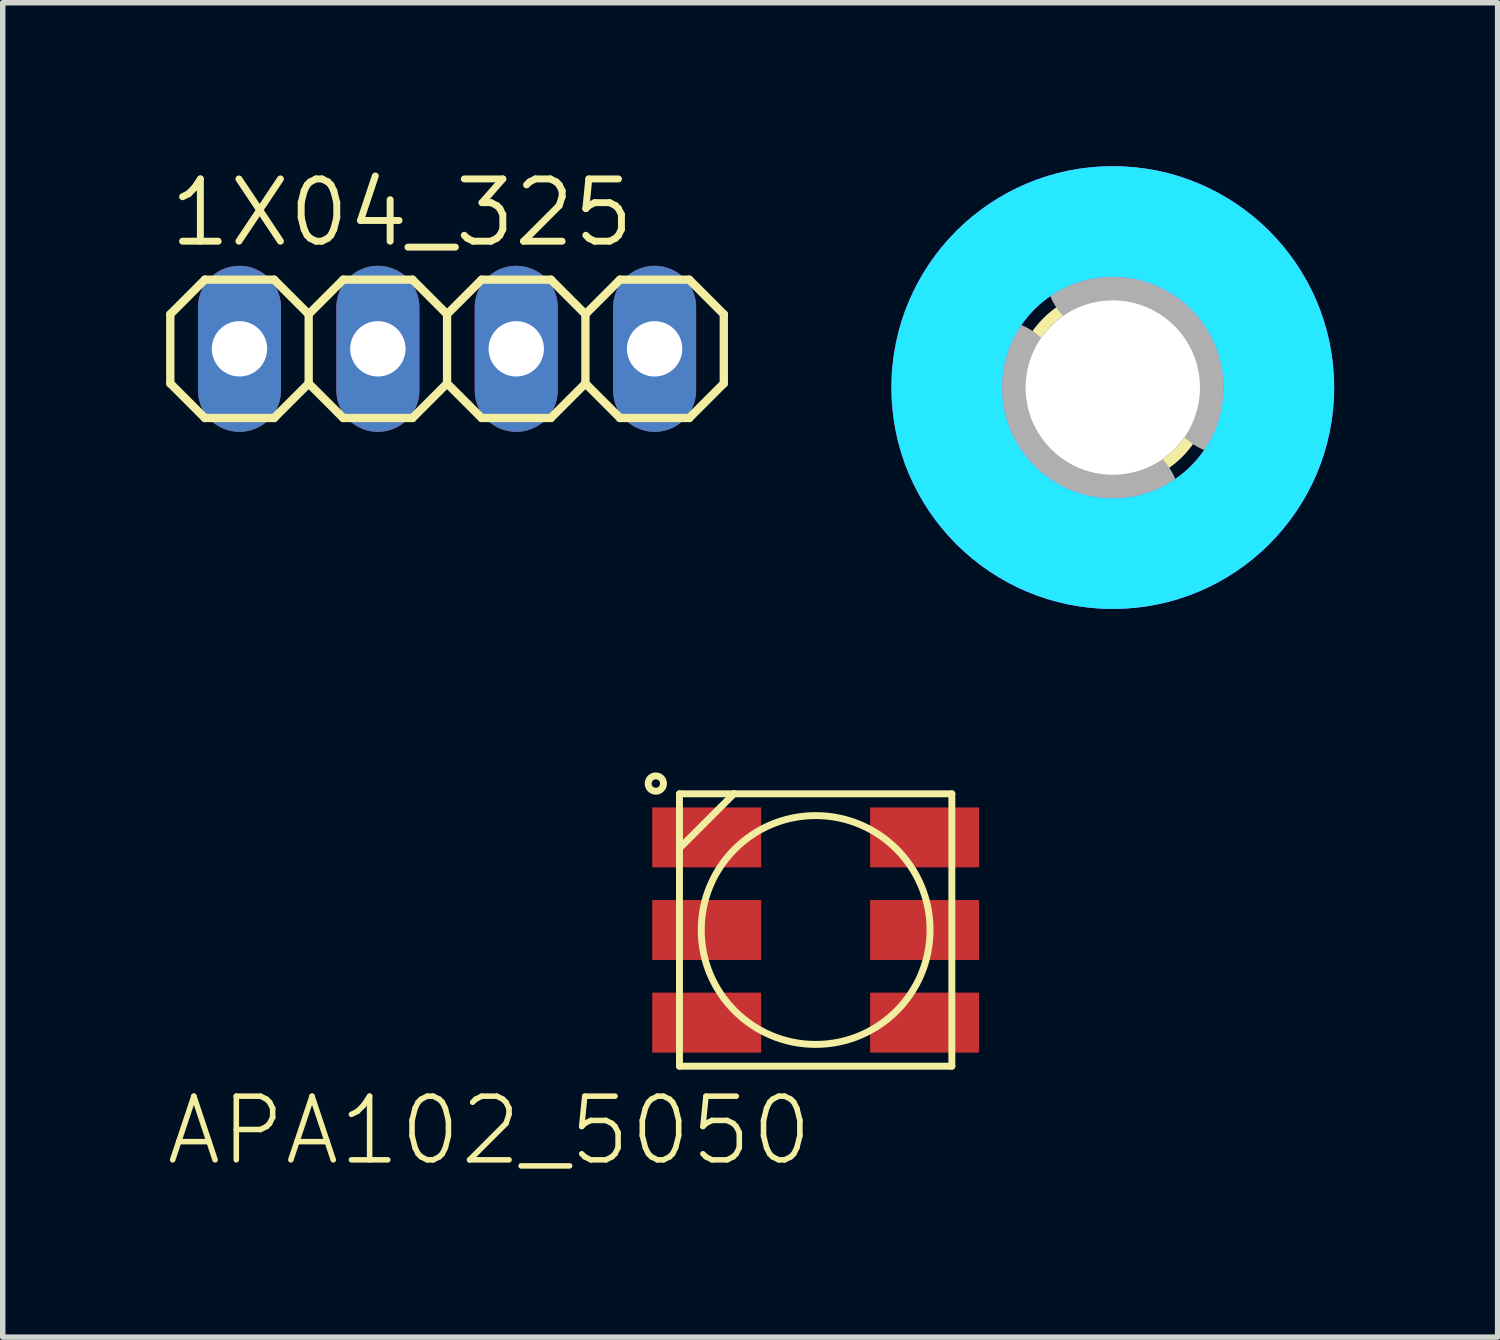
<source format=kicad_pcb>
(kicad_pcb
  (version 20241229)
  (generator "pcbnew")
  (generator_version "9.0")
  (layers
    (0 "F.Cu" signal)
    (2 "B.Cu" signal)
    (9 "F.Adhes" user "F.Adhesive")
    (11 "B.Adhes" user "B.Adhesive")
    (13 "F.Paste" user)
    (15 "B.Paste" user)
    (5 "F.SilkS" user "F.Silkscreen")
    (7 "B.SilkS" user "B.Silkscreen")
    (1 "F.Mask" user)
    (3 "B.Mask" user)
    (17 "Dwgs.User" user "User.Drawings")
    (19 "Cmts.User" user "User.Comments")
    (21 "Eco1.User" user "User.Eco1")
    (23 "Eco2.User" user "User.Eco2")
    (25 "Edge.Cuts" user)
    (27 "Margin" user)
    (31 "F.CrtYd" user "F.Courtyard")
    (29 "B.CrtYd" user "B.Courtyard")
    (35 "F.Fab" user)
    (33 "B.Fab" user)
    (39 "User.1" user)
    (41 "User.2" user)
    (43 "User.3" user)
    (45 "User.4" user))
  (footprint "APA102_5050"
    (layer "F.Cu")
    (at 11.922 14.021)
    (property "Reference" "APA102_5050" (at 0 3 0) (unlocked yes) (layer "F.SilkS") (effects (font (size 1.168 1.168) (thickness 0.102)) (justify right top)))
    (fp_line (start -2.5 -2.5) (end -1.5 -2.5) (stroke (width 0.127) (type solid)) (layer "F.SilkS"))
    (fp_line (start -2.5 -1.5) (end -2.5 -2.5) (stroke (width 0.127) (type solid)) (layer "F.SilkS"))
    (fp_line (start -2.5 2.5) (end -2.5 -1.5) (stroke (width 0.127) (type solid)) (layer "F.SilkS"))
    (fp_line (start -1.5 -2.5) (end -2.5 -1.5) (stroke (width 0.127) (type solid)) (layer "F.SilkS"))
    (fp_line (start -1.5 -2.5) (end 2.5 -2.5) (stroke (width 0.127) (type solid)) (layer "F.SilkS"))
    (fp_line (start 2.5 -2.5) (end 2.5 2.5) (stroke (width 0.127) (type solid)) (layer "F.SilkS"))
    (fp_line (start 2.5 2.5) (end -2.5 2.5) (stroke (width 0.127) (type solid)) (layer "F.SilkS"))
    (fp_circle (center -2.934 -2.688) (end -2.793 -2.688) (stroke (width 0.127) (type solid)) (fill no) (layer "F.SilkS"))
    (fp_circle (center 0 0) (end 2.1 0) (stroke (width 0.127) (type solid)) (fill no) (layer "F.SilkS"))
    (pad "1" smd rect (at 2 1.7 180) (size 2 1.1) (layers "F.Cu" "F.Mask" "F.Paste"))
    (pad "2" smd rect (at 2 0 180) (size 2 1.1) (layers "F.Cu" "F.Mask" "F.Paste"))
    (pad "3" smd rect (at 2 -1.7 180) (size 2 1.1) (layers "F.Cu" "F.Mask" "F.Paste"))
    (pad "4" smd rect (at -2 -1.7 180) (size 2 1.1) (layers "F.Cu" "F.Mask" "F.Paste"))
    (pad "5" smd rect (at -2 0 180) (size 2 1.1) (layers "F.Cu" "F.Mask" "F.Paste"))
    (pad "6" smd rect (at -2 1.7 180) (size 2 1.1) (layers "F.Cu" "F.Mask" "F.Paste")))
  (footprint "1X04_325"
    (layer "F.Cu")
    (at 5.156 3.353)
    (property "Reference" "1X04_325" (at -5.156 -1.829 0) (unlocked yes) (layer "F.SilkS") (effects (font (size 1.143 1.143) (thickness 0.127)) (justify left bottom)))
    (fp_line (start -5.08 -0.635) (end -5.08 0.635) (stroke (width 0.152) (type solid)) (layer "F.SilkS"))
    (fp_line (start -5.08 0.635) (end -4.445 1.27) (stroke (width 0.152) (type solid)) (layer "F.SilkS"))
    (fp_line (start -4.445 -1.27) (end -5.08 -0.635) (stroke (width 0.152) (type solid)) (layer "F.SilkS"))
    (fp_line (start -4.445 -1.27) (end -3.175 -1.27) (stroke (width 0.152) (type solid)) (layer "F.SilkS"))
    (fp_line (start -3.175 -1.27) (end -2.54 -0.635) (stroke (width 0.152) (type solid)) (layer "F.SilkS"))
    (fp_line (start -3.175 1.27) (end -4.445 1.27) (stroke (width 0.152) (type solid)) (layer "F.SilkS"))
    (fp_line (start -2.54 -0.635) (end -2.54 0.635) (stroke (width 0.152) (type solid)) (layer "F.SilkS"))
    (fp_line (start -2.54 -0.635) (end -1.905 -1.27) (stroke (width 0.152) (type solid)) (layer "F.SilkS"))
    (fp_line (start -2.54 0.635) (end -3.175 1.27) (stroke (width 0.152) (type solid)) (layer "F.SilkS"))
    (fp_line (start -1.905 -1.27) (end -0.635 -1.27) (stroke (width 0.152) (type solid)) (layer "F.SilkS"))
    (fp_line (start -1.905 1.27) (end -2.54 0.635) (stroke (width 0.152) (type solid)) (layer "F.SilkS"))
    (fp_line (start -0.635 -1.27) (end 0 -0.635) (stroke (width 0.152) (type solid)) (layer "F.SilkS"))
    (fp_line (start -0.635 1.27) (end -1.905 1.27) (stroke (width 0.152) (type solid)) (layer "F.SilkS"))
    (fp_line (start 0 -0.635) (end 0 0.635) (stroke (width 0.152) (type solid)) (layer "F.SilkS"))
    (fp_line (start 0 -0.635) (end 0.635 -1.27) (stroke (width 0.152) (type solid)) (layer "F.SilkS"))
    (fp_line (start 0 0.635) (end -0.635 1.27) (stroke (width 0.152) (type solid)) (layer "F.SilkS"))
    (fp_line (start 0.635 -1.27) (end 1.905 -1.27) (stroke (width 0.152) (type solid)) (layer "F.SilkS"))
    (fp_line (start 0.635 1.27) (end 0 0.635) (stroke (width 0.152) (type solid)) (layer "F.SilkS"))
    (fp_line (start 1.905 -1.27) (end 2.54 -0.635) (stroke (width 0.152) (type solid)) (layer "F.SilkS"))
    (fp_line (start 1.905 1.27) (end 0.635 1.27) (stroke (width 0.152) (type solid)) (layer "F.SilkS"))
    (fp_line (start 2.54 -0.635) (end 2.54 0.635) (stroke (width 0.152) (type solid)) (layer "F.SilkS"))
    (fp_line (start 2.54 0.635) (end 1.905 1.27) (stroke (width 0.152) (type solid)) (layer "F.SilkS"))
    (fp_line (start 2.54 0.635) (end 3.175 1.27) (stroke (width 0.152) (type solid)) (layer "F.SilkS"))
    (fp_line (start 3.175 -1.27) (end 2.54 -0.635) (stroke (width 0.152) (type solid)) (layer "F.SilkS"))
    (fp_line (start 3.175 -1.27) (end 4.445 -1.27) (stroke (width 0.152) (type solid)) (layer "F.SilkS"))
    (fp_line (start 4.445 -1.27) (end 5.08 -0.635) (stroke (width 0.152) (type solid)) (layer "F.SilkS"))
    (fp_line (start 4.445 1.27) (end 3.175 1.27) (stroke (width 0.152) (type solid)) (layer "F.SilkS"))
    (fp_line (start 5.08 -0.635) (end 5.08 0.635) (stroke (width 0.152) (type solid)) (layer "F.SilkS"))
    (fp_line (start 5.08 0.635) (end 4.445 1.27) (stroke (width 0.152) (type solid)) (layer "F.SilkS"))
    (fp_poly (pts (xy -4.064 0.254) (xy -3.556 0.254) (xy -3.556 -0.254) (xy -4.064 -0.254)) (stroke (width 0.1) (type default)) (fill no) (layer "F.Fab"))
    (fp_poly (pts (xy -1.524 0.254) (xy -1.016 0.254) (xy -1.016 -0.254) (xy -1.524 -0.254)) (stroke (width 0.1) (type default)) (fill no) (layer "F.Fab"))
    (fp_poly (pts (xy 1.016 0.254) (xy 1.524 0.254) (xy 1.524 -0.254) (xy 1.016 -0.254)) (stroke (width 0.1) (type default)) (fill no) (layer "F.Fab"))
    (fp_poly (pts (xy 3.556 0.254) (xy 4.064 0.254) (xy 4.064 -0.254) (xy 3.556 -0.254)) (stroke (width 0.1) (type default)) (fill no) (layer "F.Fab"))
    (pad "1" thru_hole oval (at -3.81 0 90) (size 3.048 1.524) (drill 1.016) (layers "*.Cu" "*.Mask"))
    (pad "2" thru_hole oval (at -1.27 0 90) (size 3.048 1.524) (drill 1.016) (layers "*.Cu" "*.Mask"))
    (pad "3" thru_hole oval (at 1.27 0 90) (size 3.048 1.524) (drill 1.016) (layers "*.Cu" "*.Mask"))
    (pad "4" thru_hole oval (at 3.81 0 90) (size 3.048 1.524) (drill 1.016) (layers "*.Cu" "*.Mask")))
  (footprint "3,2_237"
    (layer "F.Cu")
    (at 17.376 4.064)
    (property "Reference" "3,2_237" (at 0 0 0) (layer "F.SilkS") (effects (font (size 1.27 1.27) (thickness 0.15))))
    (fp_circle (center 0 0) (end 1.7 0) (stroke (width 0.203) (type solid)) (fill no) (layer "F.SilkS"))
    (fp_circle (center 0 0) (end 3.429 0) (stroke (width 0.152) (type solid)) (fill no) (layer "F.SilkS"))
    (fp_circle (center 0 0) (end 3.048 0) (stroke (width 2.032) (type solid)) (fill no) (layer "B.CrtYd"))
    (fp_circle (center 0 0) (end 3.048 0) (stroke (width 2.032) (type solid)) (fill no) (layer "F.CrtYd"))
    (fp_arc (start 0 -2.159) (mid 1.526644 -1.526644) (end 2.159 0) (stroke (width 2.4892) (type solid)) (layer "F.Fab"))
    (fp_arc (start 0 2.159) (mid -1.526644 1.526644) (end -2.159 0) (stroke (width 2.4892) (type solid)) (layer "F.Fab"))
    (fp_circle (center 0 0) (end 0.762 0) (stroke (width 0.457) (type solid)) (fill no) (layer "F.Fab"))
    (pad "" np_thru_hole circle (at 0 0) (size 3.2 3.2) (drill 3.2) (layers "*.Cu" "*.Mask"))
    (zone (net_name "") (layer "F.Cu") (hatch edge 0.5) (connect_pads) (min_thickness 0.25) (filled_areas_thickness no) (keepout (tracks not_allowed) (vias not_allowed) (pads not_allowed) (copperpour not_allowed) (footprints allowed)) (placement (enabled no)) (fill) (polygon (pts (xy 21.44 4.064) (xy 21.42 3.659) (xy 21.36 3.259) (xy 21.26 2.866) (xy 21.121 2.485) (xy 20.945 2.12) (xy 20.734 1.775) (xy 20.49 1.452) (xy 20.214 1.155) (xy 19.91 0.887) (xy 19.581 0.65) (xy 19.23 0.448) (xy 18.861 0.281) (xy 18.477 0.152) (xy 18.082 0.062) (xy 17.68 0.011) (xy 17.275 0.001) (xy 16.871 0.032) (xy 16.472 0.102) (xy 16.082 0.212) (xy 15.705 0.36) (xy 15.344 0.544) (xy 15.004 0.764) (xy 14.687 1.017) (xy 14.397 1.3) (xy 14.137 1.61) (xy 13.909 1.945) (xy 13.715 2.301) (xy 13.557 2.674) (xy 13.438 3.061) (xy 13.358 3.458) (xy 13.317 3.861) (xy 13.317 4.267) (xy 13.358 4.67) (xy 13.438 5.067) (xy 13.557 5.454) (xy 13.715 5.827) (xy 13.909 6.183) (xy 14.137 6.518) (xy 14.397 6.828) (xy 14.687 7.111) (xy 15.004 7.364) (xy 15.344 7.584) (xy 15.705 7.768) (xy 16.082 7.916) (xy 16.472 8.026) (xy 16.871 8.096) (xy 17.275 8.127) (xy 17.68 8.117) (xy 18.082 8.066) (xy 18.477 7.976) (xy 18.861 7.847) (xy 19.23 7.68) (xy 19.581 7.478) (xy 19.91 7.241) (xy 20.214 6.973) (xy 20.49 6.676) (xy 20.734 6.353) (xy 20.945 6.008) (xy 21.121 5.643) (xy 21.26 5.262) (xy 21.36 4.869) (xy 21.42 4.469))) (polygon (pts (xy 19.408 4.064) (xy 19.389 3.781) (xy 19.33 3.504) (xy 19.233 3.238) (xy 19.1 2.987) (xy 18.933 2.758) (xy 18.736 2.554) (xy 18.513 2.379) (xy 18.267 2.238) (xy 18.004 2.131) (xy 17.729 2.063) (xy 17.447 2.033) (xy 17.164 2.043) (xy 16.885 2.092) (xy 16.615 2.18) (xy 16.36 2.304) (xy 16.125 2.463) (xy 15.915 2.652) (xy 15.732 2.87) (xy 15.582 3.11) (xy 15.467 3.369) (xy 15.389 3.642) (xy 15.349 3.922) (xy 15.349 4.206) (xy 15.389 4.486) (xy 15.467 4.759) (xy 15.582 5.018) (xy 15.732 5.258) (xy 15.915 5.476) (xy 16.125 5.665) (xy 16.36 5.824) (xy 16.615 5.948) (xy 16.885 6.036) (xy 17.164 6.085) (xy 17.447 6.095) (xy 17.729 6.065) (xy 18.004 5.997) (xy 18.267 5.89) (xy 18.513 5.749) (xy 18.736 5.574) (xy 18.933 5.37) (xy 19.1 5.141) (xy 19.233 4.89) (xy 19.33 4.624) (xy 19.389 4.347))))
    (zone (net_name "") (layers "F.Cu" "B.Cu") (hatch edge 0.5) (connect_pads) (min_thickness 0.25) (filled_areas_thickness no) (keepout (tracks allowed) (vias not_allowed) (pads allowed) (copperpour allowed) (footprints allowed)) (placement (enabled no)) (fill) (polygon (pts (xy 21.44 4.064) (xy 21.42 3.659) (xy 21.36 3.259) (xy 21.26 2.866) (xy 21.121 2.485) (xy 20.945 2.12) (xy 20.734 1.775) (xy 20.49 1.452) (xy 20.214 1.155) (xy 19.91 0.887) (xy 19.581 0.65) (xy 19.23 0.448) (xy 18.861 0.281) (xy 18.477 0.152) (xy 18.082 0.062) (xy 17.68 0.011) (xy 17.275 0.001) (xy 16.871 0.032) (xy 16.472 0.102) (xy 16.082 0.212) (xy 15.705 0.36) (xy 15.344 0.544) (xy 15.004 0.764) (xy 14.687 1.017) (xy 14.397 1.3) (xy 14.137 1.61) (xy 13.909 1.945) (xy 13.715 2.301) (xy 13.557 2.674) (xy 13.438 3.061) (xy 13.358 3.458) (xy 13.317 3.861) (xy 13.317 4.267) (xy 13.358 4.67) (xy 13.438 5.067) (xy 13.557 5.454) (xy 13.715 5.827) (xy 13.909 6.183) (xy 14.137 6.518) (xy 14.397 6.828) (xy 14.687 7.111) (xy 15.004 7.364) (xy 15.344 7.584) (xy 15.705 7.768) (xy 16.082 7.916) (xy 16.472 8.026) (xy 16.871 8.096) (xy 17.275 8.127) (xy 17.68 8.117) (xy 18.082 8.066) (xy 18.477 7.976) (xy 18.861 7.847) (xy 19.23 7.68) (xy 19.581 7.478) (xy 19.91 7.241) (xy 20.214 6.973) (xy 20.49 6.676) (xy 20.734 6.353) (xy 20.945 6.008) (xy 21.121 5.643) (xy 21.26 5.262) (xy 21.36 4.869) (xy 21.42 4.469))) (polygon (pts (xy 19.408 4.064) (xy 19.389 3.781) (xy 19.33 3.504) (xy 19.233 3.238) (xy 19.1 2.987) (xy 18.933 2.758) (xy 18.736 2.554) (xy 18.513 2.379) (xy 18.267 2.238) (xy 18.004 2.131) (xy 17.729 2.063) (xy 17.447 2.033) (xy 17.164 2.043) (xy 16.885 2.092) (xy 16.615 2.18) (xy 16.36 2.304) (xy 16.125 2.463) (xy 15.915 2.652) (xy 15.732 2.87) (xy 15.582 3.11) (xy 15.467 3.369) (xy 15.389 3.642) (xy 15.349 3.922) (xy 15.349 4.206) (xy 15.389 4.486) (xy 15.467 4.759) (xy 15.582 5.018) (xy 15.732 5.258) (xy 15.915 5.476) (xy 16.125 5.665) (xy 16.36 5.824) (xy 16.615 5.948) (xy 16.885 6.036) (xy 17.164 6.085) (xy 17.447 6.095) (xy 17.729 6.065) (xy 18.004 5.997) (xy 18.267 5.89) (xy 18.513 5.749) (xy 18.736 5.574) (xy 18.933 5.37) (xy 19.1 5.141) (xy 19.233 4.89) (xy 19.33 4.624) (xy 19.389 4.347))))
    (zone (net_name "") (layer "B.Cu") (hatch edge 0.5) (connect_pads) (min_thickness 0.25) (filled_areas_thickness no) (keepout (tracks not_allowed) (vias not_allowed) (pads not_allowed) (copperpour not_allowed) (footprints allowed)) (placement (enabled no)) (fill) (polygon (pts (xy 21.44 4.064) (xy 21.42 3.659) (xy 21.36 3.259) (xy 21.26 2.866) (xy 21.121 2.485) (xy 20.945 2.12) (xy 20.734 1.775) (xy 20.49 1.452) (xy 20.214 1.155) (xy 19.91 0.887) (xy 19.581 0.65) (xy 19.23 0.448) (xy 18.861 0.281) (xy 18.477 0.152) (xy 18.082 0.062) (xy 17.68 0.011) (xy 17.275 0.001) (xy 16.871 0.032) (xy 16.472 0.102) (xy 16.082 0.212) (xy 15.705 0.36) (xy 15.344 0.544) (xy 15.004 0.764) (xy 14.687 1.017) (xy 14.397 1.3) (xy 14.137 1.61) (xy 13.909 1.945) (xy 13.715 2.301) (xy 13.557 2.674) (xy 13.438 3.061) (xy 13.358 3.458) (xy 13.317 3.861) (xy 13.317 4.267) (xy 13.358 4.67) (xy 13.438 5.067) (xy 13.557 5.454) (xy 13.715 5.827) (xy 13.909 6.183) (xy 14.137 6.518) (xy 14.397 6.828) (xy 14.687 7.111) (xy 15.004 7.364) (xy 15.344 7.584) (xy 15.705 7.768) (xy 16.082 7.916) (xy 16.472 8.026) (xy 16.871 8.096) (xy 17.275 8.127) (xy 17.68 8.117) (xy 18.082 8.066) (xy 18.477 7.976) (xy 18.861 7.847) (xy 19.23 7.68) (xy 19.581 7.478) (xy 19.91 7.241) (xy 20.214 6.973) (xy 20.49 6.676) (xy 20.734 6.353) (xy 20.945 6.008) (xy 21.121 5.643) (xy 21.26 5.262) (xy 21.36 4.869) (xy 21.42 4.469))) (polygon (pts (xy 19.408 4.064) (xy 19.389 3.781) (xy 19.33 3.504) (xy 19.233 3.238) (xy 19.1 2.987) (xy 18.933 2.758) (xy 18.736 2.554) (xy 18.513 2.379) (xy 18.267 2.238) (xy 18.004 2.131) (xy 17.729 2.063) (xy 17.447 2.033) (xy 17.164 2.043) (xy 16.885 2.092) (xy 16.615 2.18) (xy 16.36 2.304) (xy 16.125 2.463) (xy 15.915 2.652) (xy 15.732 2.87) (xy 15.582 3.11) (xy 15.467 3.369) (xy 15.389 3.642) (xy 15.349 3.922) (xy 15.349 4.206) (xy 15.389 4.486) (xy 15.467 4.759) (xy 15.582 5.018) (xy 15.732 5.258) (xy 15.915 5.476) (xy 16.125 5.665) (xy 16.36 5.824) (xy 16.615 5.948) (xy 16.885 6.036) (xy 17.164 6.085) (xy 17.447 6.095) (xy 17.729 6.065) (xy 18.004 5.997) (xy 18.267 5.89) (xy 18.513 5.749) (xy 18.736 5.574) (xy 18.933 5.37) (xy 19.1 5.141) (xy 19.233 4.89) (xy 19.33 4.624) (xy 19.389 4.347)))))
  (gr_rect
    (start -3 -3)
    (end 24.44 21.494)
    (stroke (width 0.1) (type default))
    (fill no)
    (layer "Edge.Cuts")))
</source>
